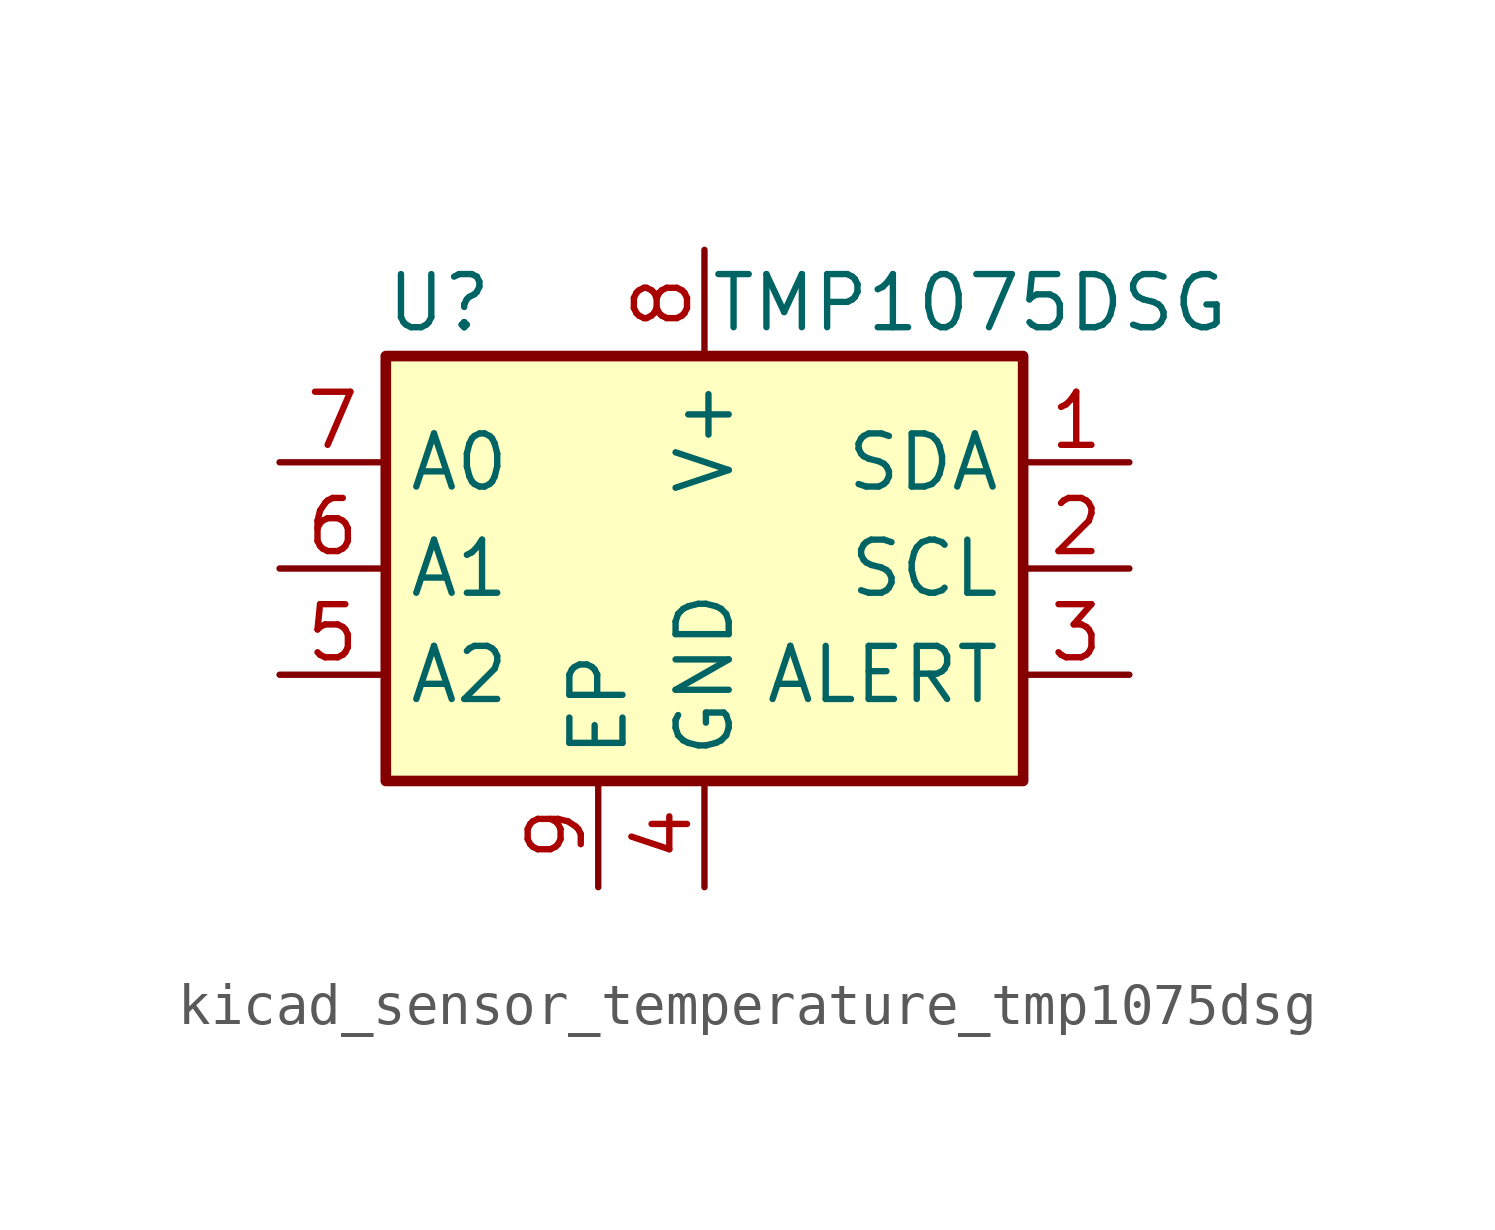
<source format=kicad_sym>
(kicad_symbol_lib
  (version 20220914)
  (generator kicad_symbol_editor)
  (symbol "kicad_sensor_temperature_tmp1075dsg"
    (property "Reference" "U"
      (at -6.35 6.35 0)
      (effects (font (size 1.27 1.27))))
    (property "Value" "TMP1075DSG"
      (at 6.35 6.35 0)
      (effects (font (size 1.27 1.27))))
    (symbol "kicad_sensor_temperature_tmp1075dsg_0_1"
      (rectangle (start -7.62 5.08) (end 7.62 -5.08) (stroke (width 0.254) (type default)) (fill (type background))))
    (symbol "kicad_sensor_temperature_tmp1075dsg_1_1"
      (pin bidirectional line (at 10.16 2.54 180) (length 2.54) (name "SDA" (effects (font (size 1.27 1.27)))) (number "1" (effects (font (size 1.27 1.27)))))
      (pin input line (at 10.16 0 180) (length 2.54) (name "SCL" (effects (font (size 1.27 1.27)))) (number "2" (effects (font (size 1.27 1.27)))))
      (pin open_collector line (at 10.16 -2.54 180) (length 2.54) (name "ALERT" (effects (font (size 1.27 1.27)))) (number "3" (effects (font (size 1.27 1.27)))))
      (pin power_in line (at 0 -7.62 90) (length 2.54) (name "GND" (effects (font (size 1.27 1.27)))) (number "4" (effects (font (size 1.27 1.27)))))
      (pin input line (at -10.16 -2.54 0) (length 2.54) (name "A2" (effects (font (size 1.27 1.27)))) (number "5" (effects (font (size 1.27 1.27)))))
      (pin input line (at -10.16 0 0) (length 2.54) (name "A1" (effects (font (size 1.27 1.27)))) (number "6" (effects (font (size 1.27 1.27)))))
      (pin input line (at -10.16 2.54 0) (length 2.54) (name "A0" (effects (font (size 1.27 1.27)))) (number "7" (effects (font (size 1.27 1.27)))))
      (pin power_in line (at 0 7.62 270) (length 2.54) (name "V+" (effects (font (size 1.27 1.27)))) (number "8" (effects (font (size 1.27 1.27)))))
      (pin passive line (at -2.54 -7.62 90) (length 2.54) (name "EP" (effects (font (size 1.27 1.27)))) (number "9" (effects (font (size 1.27 1.27))))))))
</source>
